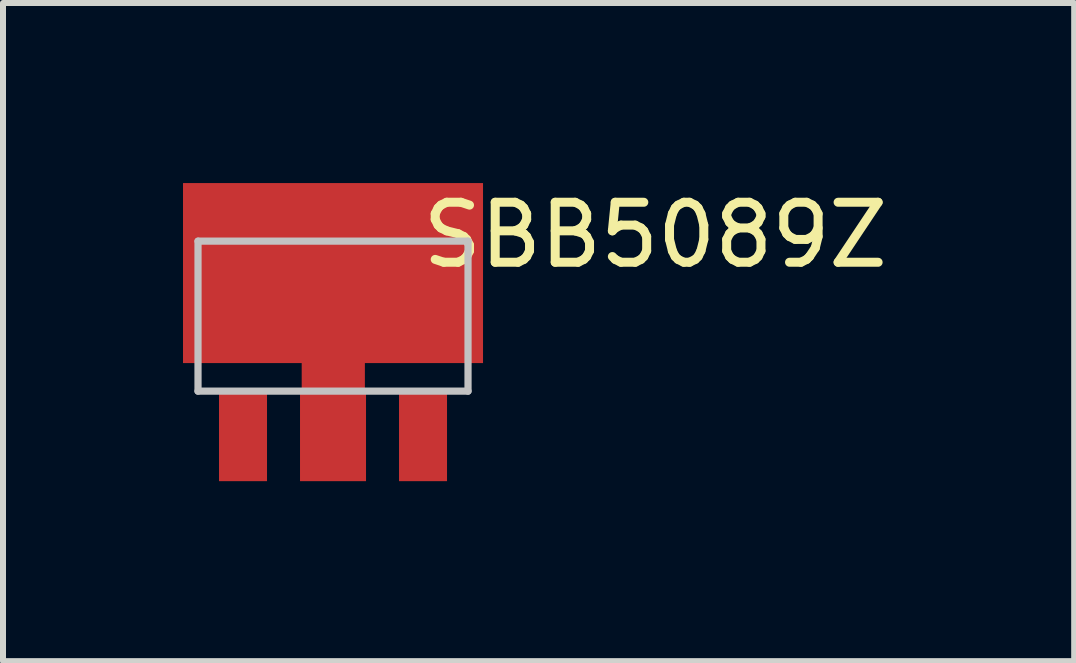
<source format=kicad_pcb>
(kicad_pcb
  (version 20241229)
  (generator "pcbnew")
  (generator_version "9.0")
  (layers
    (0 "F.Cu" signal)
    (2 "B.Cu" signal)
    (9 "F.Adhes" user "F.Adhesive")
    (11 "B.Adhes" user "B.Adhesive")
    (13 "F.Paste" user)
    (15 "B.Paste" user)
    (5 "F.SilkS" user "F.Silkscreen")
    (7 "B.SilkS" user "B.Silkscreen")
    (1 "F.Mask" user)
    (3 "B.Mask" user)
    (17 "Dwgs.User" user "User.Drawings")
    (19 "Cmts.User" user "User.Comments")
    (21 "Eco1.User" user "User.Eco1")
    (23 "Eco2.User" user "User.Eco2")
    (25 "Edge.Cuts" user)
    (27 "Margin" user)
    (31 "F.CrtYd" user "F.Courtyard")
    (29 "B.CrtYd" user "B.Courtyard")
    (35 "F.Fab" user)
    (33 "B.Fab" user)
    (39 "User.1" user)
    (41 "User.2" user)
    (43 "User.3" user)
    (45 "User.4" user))
  (footprint "SBB5089Z"
    (layer "F.Cu")
    (at 0.25 3.469)
    (property "Reference" "SBB5089Z" (at 7.62 -2.603 0) (layer "F.SilkS") (effects (font (size 1 1) (thickness 0.15))))
    (attr through_hole)
    (fp_poly (pts (xy 1.778 0.064) (xy 2.731 0.064) (xy 2.731 -0.572) (xy 1.778 -0.572)) (stroke (width 0.1) (type solid)) (fill yes) (layer "F.Cu"))
    (fp_line (start 0 -2.5) (end 0 0) (stroke (width 0.12) (type solid)) (layer "Dwgs.User"))
    (fp_line (start 0 0) (end 4.5 0) (stroke (width 0.12) (type solid)) (layer "Dwgs.User"))
    (fp_line (start 4.5 -2.5) (end 0 -2.5) (stroke (width 0.12) (type solid)) (layer "Dwgs.User"))
    (fp_line (start 4.5 0) (end 4.5 -2.5) (stroke (width 0.12) (type solid)) (layer "Dwgs.User"))
    (pad "1" smd custom (at 0.75 0.75) (size 0.8 1.5) (layers "F.Cu" "F.Mask" "F.Paste") (options (anchor rect)) (primitives))
    (pad "2" smd custom (at 2.25 0.75) (size 1.1 1.5) (layers "F.Cu" "F.Mask" "F.Paste") (options (anchor rect)) (primitives))
    (pad "3" smd custom (at 3.75 0.75) (size 0.8 1.5) (layers "F.Cu" "F.Mask" "F.Paste") (options (anchor rect)) (primitives))
    (pad "4" smd custom (at 2.25 -1.968) (size 5 3) (layers "F.Cu" "F.Mask" "F.Paste") (options (anchor rect)) (primitives)))
  (gr_rect
    (start -3 -3)
    (end 14.852 7.968)
    (stroke (width 0.1) (type default))
    (fill no)
    (layer "Edge.Cuts")))
</source>
